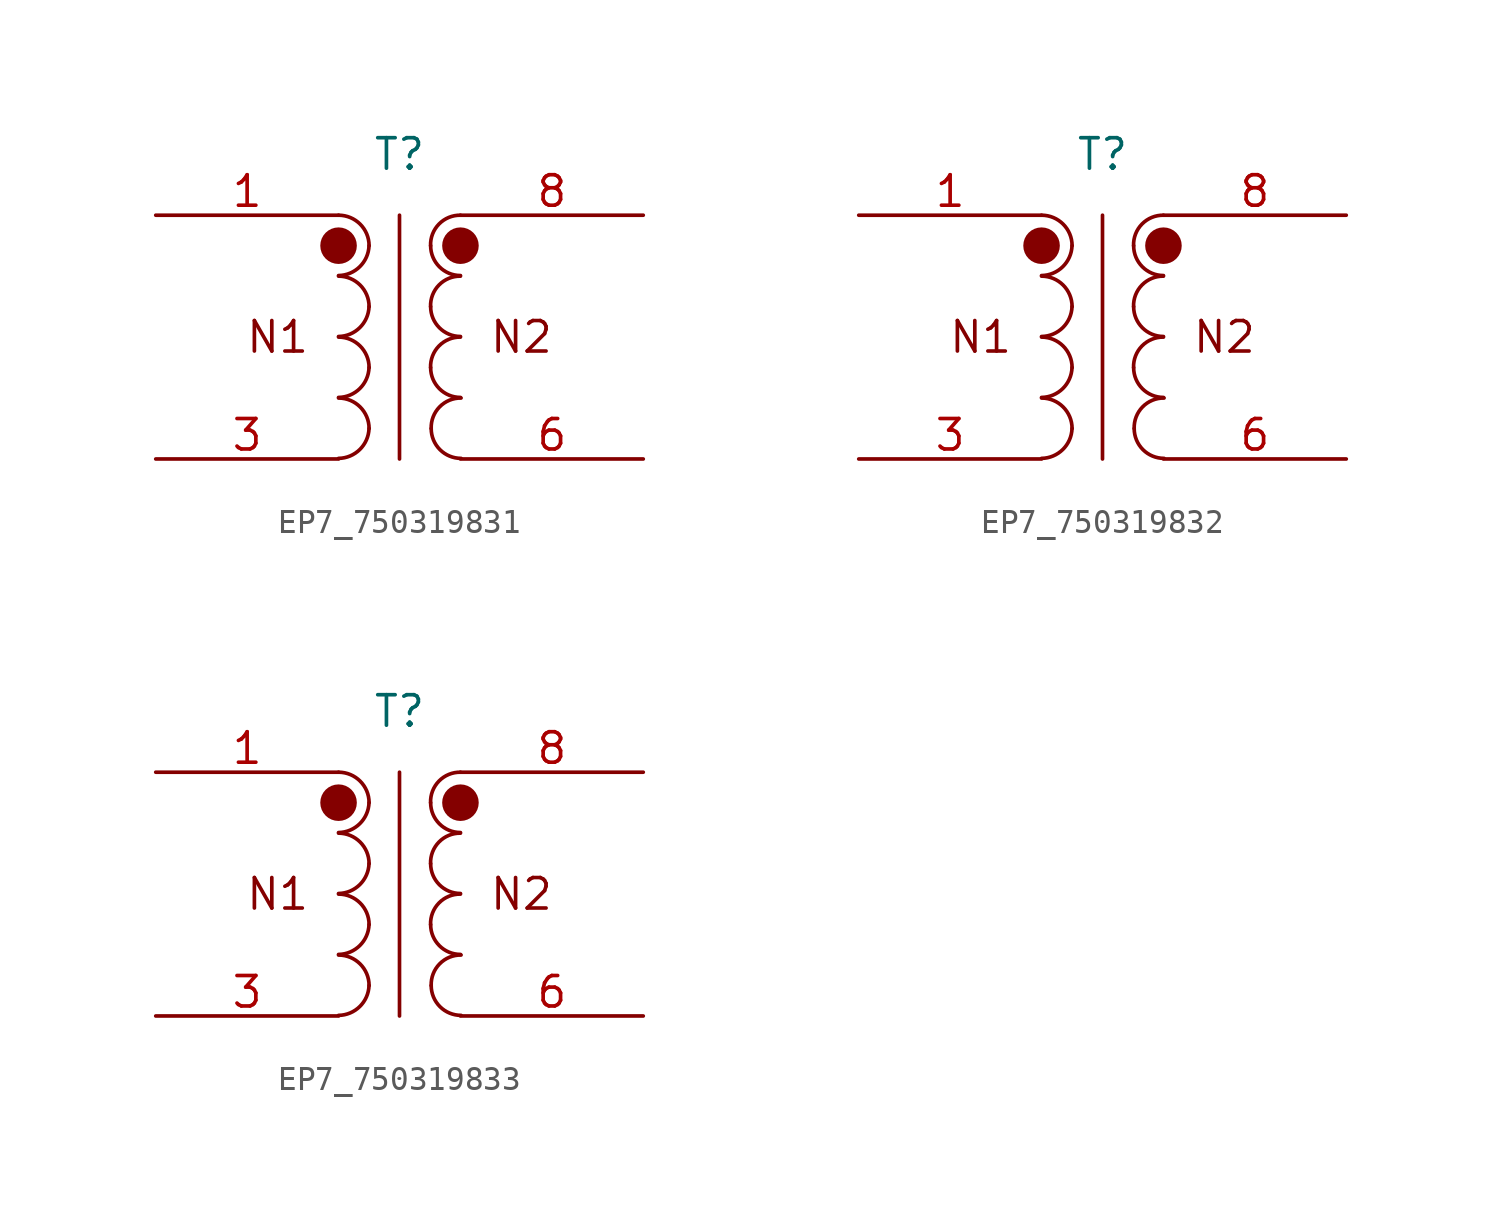
<source format=kicad_sym>
(kicad_symbol_lib
  (version 20220914)
  (generator kicad_symbol_editor)
  (symbol "EP7_750319831"
    (pin_names hide)
    (property "Reference" "T"
      (at 0 7.62 0)
      (effects (font (size 1.27 1.27))))
    (property "Critical Parameter" ""
      (at 0 -5.08 0)
      (effects (font (size 1.27 1.27))))
    (symbol "EP7_750319831_0_1"
      (arc (start -2.54 -5.0546) (mid -1.6599 -4.6901) (end -1.27 -3.81) (stroke (width 0) (type default)) (fill (type none)))
      (arc (start -2.54 -2.5146) (mid -1.6599 -2.1501) (end -1.27 -1.27) (stroke (width 0) (type default)) (fill (type none)))
      (arc (start -2.54 0.0254) (mid -1.6599 0.3899) (end -1.27 1.27) (stroke (width 0) (type default)) (fill (type none)))
      (arc (start -2.54 2.5654) (mid -1.6599 2.9299) (end -1.27 3.81) (stroke (width 0) (type default)) (fill (type none)))
      (arc (start -1.27 -3.81) (mid -1.642 -2.912) (end -2.54 -2.54) (stroke (width 0) (type default)) (fill (type none)))
      (arc (start -1.27 -1.27) (mid -1.642 -0.372) (end -2.54 0) (stroke (width 0) (type default)) (fill (type none)))
      (arc (start -1.27 1.27) (mid -1.642 2.168) (end -2.54 2.54) (stroke (width 0) (type default)) (fill (type none)))
      (arc (start -1.27 3.81) (mid -1.642 4.708) (end -2.54 5.08) (stroke (width 0) (type default)) (fill (type none)))
      (polyline (pts (xy 0 5.08) (xy 0 -5.08)) (stroke (width 0) (type default)) (fill (type none)))
      (arc (start 1.2954 -1.27) (mid 1.6599 -2.1501) (end 2.54 -2.5146) (stroke (width 0) (type default)) (fill (type none)))
      (arc (start 1.2954 1.27) (mid 1.6599 0.3899) (end 2.54 0.0254) (stroke (width 0) (type default)) (fill (type none)))
      (arc (start 1.2954 3.81) (mid 1.6599 2.9299) (end 2.54 2.5654) (stroke (width 0) (type default)) (fill (type none)))
      (arc (start 1.3208 -3.81) (mid 1.6853 -4.6901) (end 2.5654 -5.0546) (stroke (width 0) (type default)) (fill (type none)))
      (arc (start 2.54 0) (mid 1.642 -0.372) (end 1.2954 -1.27) (stroke (width 0) (type default)) (fill (type none)))
      (arc (start 2.54 2.54) (mid 1.642 2.168) (end 1.2954 1.27) (stroke (width 0) (type default)) (fill (type none)))
      (arc (start 2.54 5.08) (mid 1.642 4.708) (end 1.2954 3.81) (stroke (width 0) (type default)) (fill (type none)))
      (arc (start 2.5654 -2.54) (mid 1.6674 -2.912) (end 1.3208 -3.81) (stroke (width 0) (type default)) (fill (type none))))
    (symbol "EP7_750319831_1_1"
      (circle (center -2.54 3.81) (radius 0.0001) (stroke (width 0.762) (type default)) (fill (type none)))
      (circle (center 2.54 3.81) (radius 0.0001) (stroke (width 0.762) (type default)) (fill (type none)))
      (text "N1" (at -5.08 0 0) (effects (font (size 1.27 1.27))))
      (text "N2" (at 5.08 0 0) (effects (font (size 1.27 1.27))))
      (pin passive line (at -10.16 5.08 0) (length 7.62) (name "1" (effects (font (size 1.27 1.27)))) (number "1" (effects (font (size 1.27 1.27)))))
      (pin passive line (at -10.16 -5.08 0) (length 7.62) (name "3" (effects (font (size 1.27 1.27)))) (number "3" (effects (font (size 1.27 1.27)))))
      (pin passive line (at 10.16 -5.08 180) (length 7.62) (name "6" (effects (font (size 1.27 1.27)))) (number "6" (effects (font (size 1.27 1.27)))))
      (pin passive line (at 10.16 5.08 180) (length 7.62) (name "8" (effects (font (size 1.27 1.27)))) (number "8" (effects (font (size 1.27 1.27)))))))
  (symbol "EP7_750319832"
    (pin_names hide)
    (property "Reference" "T"
      (at 0 7.62 0)
      (effects (font (size 1.27 1.27))))
    (property "Critical Parameter" ""
      (at 0 -5.08 0)
      (effects (font (size 1.27 1.27))))
    (symbol "EP7_750319832_0_1"
      (arc (start -2.54 -5.0546) (mid -1.6599 -4.6901) (end -1.27 -3.81) (stroke (width 0) (type default)) (fill (type none)))
      (arc (start -2.54 -2.5146) (mid -1.6599 -2.1501) (end -1.27 -1.27) (stroke (width 0) (type default)) (fill (type none)))
      (arc (start -2.54 0.0254) (mid -1.6599 0.3899) (end -1.27 1.27) (stroke (width 0) (type default)) (fill (type none)))
      (arc (start -2.54 2.5654) (mid -1.6599 2.9299) (end -1.27 3.81) (stroke (width 0) (type default)) (fill (type none)))
      (arc (start -1.27 -3.81) (mid -1.642 -2.912) (end -2.54 -2.54) (stroke (width 0) (type default)) (fill (type none)))
      (arc (start -1.27 -1.27) (mid -1.642 -0.372) (end -2.54 0) (stroke (width 0) (type default)) (fill (type none)))
      (arc (start -1.27 1.27) (mid -1.642 2.168) (end -2.54 2.54) (stroke (width 0) (type default)) (fill (type none)))
      (arc (start -1.27 3.81) (mid -1.642 4.708) (end -2.54 5.08) (stroke (width 0) (type default)) (fill (type none)))
      (polyline (pts (xy 0 5.08) (xy 0 -5.08)) (stroke (width 0) (type default)) (fill (type none)))
      (arc (start 1.2954 -1.27) (mid 1.6599 -2.1501) (end 2.54 -2.5146) (stroke (width 0) (type default)) (fill (type none)))
      (arc (start 1.2954 1.27) (mid 1.6599 0.3899) (end 2.54 0.0254) (stroke (width 0) (type default)) (fill (type none)))
      (arc (start 1.2954 3.81) (mid 1.6599 2.9299) (end 2.54 2.5654) (stroke (width 0) (type default)) (fill (type none)))
      (arc (start 1.3208 -3.81) (mid 1.6853 -4.6901) (end 2.5654 -5.0546) (stroke (width 0) (type default)) (fill (type none)))
      (arc (start 2.54 0) (mid 1.642 -0.372) (end 1.2954 -1.27) (stroke (width 0) (type default)) (fill (type none)))
      (arc (start 2.54 2.54) (mid 1.642 2.168) (end 1.2954 1.27) (stroke (width 0) (type default)) (fill (type none)))
      (arc (start 2.54 5.08) (mid 1.642 4.708) (end 1.2954 3.81) (stroke (width 0) (type default)) (fill (type none)))
      (arc (start 2.5654 -2.54) (mid 1.6674 -2.912) (end 1.3208 -3.81) (stroke (width 0) (type default)) (fill (type none))))
    (symbol "EP7_750319832_1_1"
      (circle (center -2.54 3.81) (radius 0.0001) (stroke (width 0.762) (type default)) (fill (type none)))
      (circle (center 2.54 3.81) (radius 0.0001) (stroke (width 0.762) (type default)) (fill (type none)))
      (text "N1" (at -5.08 0 0) (effects (font (size 1.27 1.27))))
      (text "N2" (at 5.08 0 0) (effects (font (size 1.27 1.27))))
      (pin passive line (at -10.16 5.08 0) (length 7.62) (name "1" (effects (font (size 1.27 1.27)))) (number "1" (effects (font (size 1.27 1.27)))))
      (pin passive line (at -10.16 -5.08 0) (length 7.62) (name "3" (effects (font (size 1.27 1.27)))) (number "3" (effects (font (size 1.27 1.27)))))
      (pin passive line (at 10.16 -5.08 180) (length 7.62) (name "6" (effects (font (size 1.27 1.27)))) (number "6" (effects (font (size 1.27 1.27)))))
      (pin passive line (at 10.16 5.08 180) (length 7.62) (name "8" (effects (font (size 1.27 1.27)))) (number "8" (effects (font (size 1.27 1.27)))))))
  (symbol "EP7_750319833"
    (pin_names hide)
    (property "Reference" "T"
      (at 0 7.62 0)
      (effects (font (size 1.27 1.27))))
    (property "Critical Parameter" ""
      (at 0 -5.08 0)
      (effects (font (size 1.27 1.27))))
    (symbol "EP7_750319833_0_1"
      (arc (start -2.54 -5.0546) (mid -1.6599 -4.6901) (end -1.27 -3.81) (stroke (width 0) (type default)) (fill (type none)))
      (arc (start -2.54 -2.5146) (mid -1.6599 -2.1501) (end -1.27 -1.27) (stroke (width 0) (type default)) (fill (type none)))
      (arc (start -2.54 0.0254) (mid -1.6599 0.3899) (end -1.27 1.27) (stroke (width 0) (type default)) (fill (type none)))
      (arc (start -2.54 2.5654) (mid -1.6599 2.9299) (end -1.27 3.81) (stroke (width 0) (type default)) (fill (type none)))
      (arc (start -1.27 -3.81) (mid -1.642 -2.912) (end -2.54 -2.54) (stroke (width 0) (type default)) (fill (type none)))
      (arc (start -1.27 -1.27) (mid -1.642 -0.372) (end -2.54 0) (stroke (width 0) (type default)) (fill (type none)))
      (arc (start -1.27 1.27) (mid -1.642 2.168) (end -2.54 2.54) (stroke (width 0) (type default)) (fill (type none)))
      (arc (start -1.27 3.81) (mid -1.642 4.708) (end -2.54 5.08) (stroke (width 0) (type default)) (fill (type none)))
      (polyline (pts (xy 0 5.08) (xy 0 -5.08)) (stroke (width 0) (type default)) (fill (type none)))
      (arc (start 1.2954 -1.27) (mid 1.6599 -2.1501) (end 2.54 -2.5146) (stroke (width 0) (type default)) (fill (type none)))
      (arc (start 1.2954 1.27) (mid 1.6599 0.3899) (end 2.54 0.0254) (stroke (width 0) (type default)) (fill (type none)))
      (arc (start 1.2954 3.81) (mid 1.6599 2.9299) (end 2.54 2.5654) (stroke (width 0) (type default)) (fill (type none)))
      (arc (start 1.3208 -3.81) (mid 1.6853 -4.6901) (end 2.5654 -5.0546) (stroke (width 0) (type default)) (fill (type none)))
      (arc (start 2.54 0) (mid 1.642 -0.372) (end 1.2954 -1.27) (stroke (width 0) (type default)) (fill (type none)))
      (arc (start 2.54 2.54) (mid 1.642 2.168) (end 1.2954 1.27) (stroke (width 0) (type default)) (fill (type none)))
      (arc (start 2.54 5.08) (mid 1.642 4.708) (end 1.2954 3.81) (stroke (width 0) (type default)) (fill (type none)))
      (arc (start 2.5654 -2.54) (mid 1.6674 -2.912) (end 1.3208 -3.81) (stroke (width 0) (type default)) (fill (type none))))
    (symbol "EP7_750319833_1_1"
      (circle (center -2.54 3.81) (radius 0.0001) (stroke (width 0.762) (type default)) (fill (type none)))
      (circle (center 2.54 3.81) (radius 0.0001) (stroke (width 0.762) (type default)) (fill (type none)))
      (text "N1" (at -5.08 0 0) (effects (font (size 1.27 1.27))))
      (text "N2" (at 5.08 0 0) (effects (font (size 1.27 1.27))))
      (pin passive line (at -10.16 5.08 0) (length 7.62) (name "1" (effects (font (size 1.27 1.27)))) (number "1" (effects (font (size 1.27 1.27)))))
      (pin passive line (at -10.16 -5.08 0) (length 7.62) (name "3" (effects (font (size 1.27 1.27)))) (number "3" (effects (font (size 1.27 1.27)))))
      (pin passive line (at 10.16 -5.08 180) (length 7.62) (name "6" (effects (font (size 1.27 1.27)))) (number "6" (effects (font (size 1.27 1.27)))))
      (pin passive line (at 10.16 5.08 180) (length 7.62) (name "8" (effects (font (size 1.27 1.27)))) (number "8" (effects (font (size 1.27 1.27))))))))
</source>
